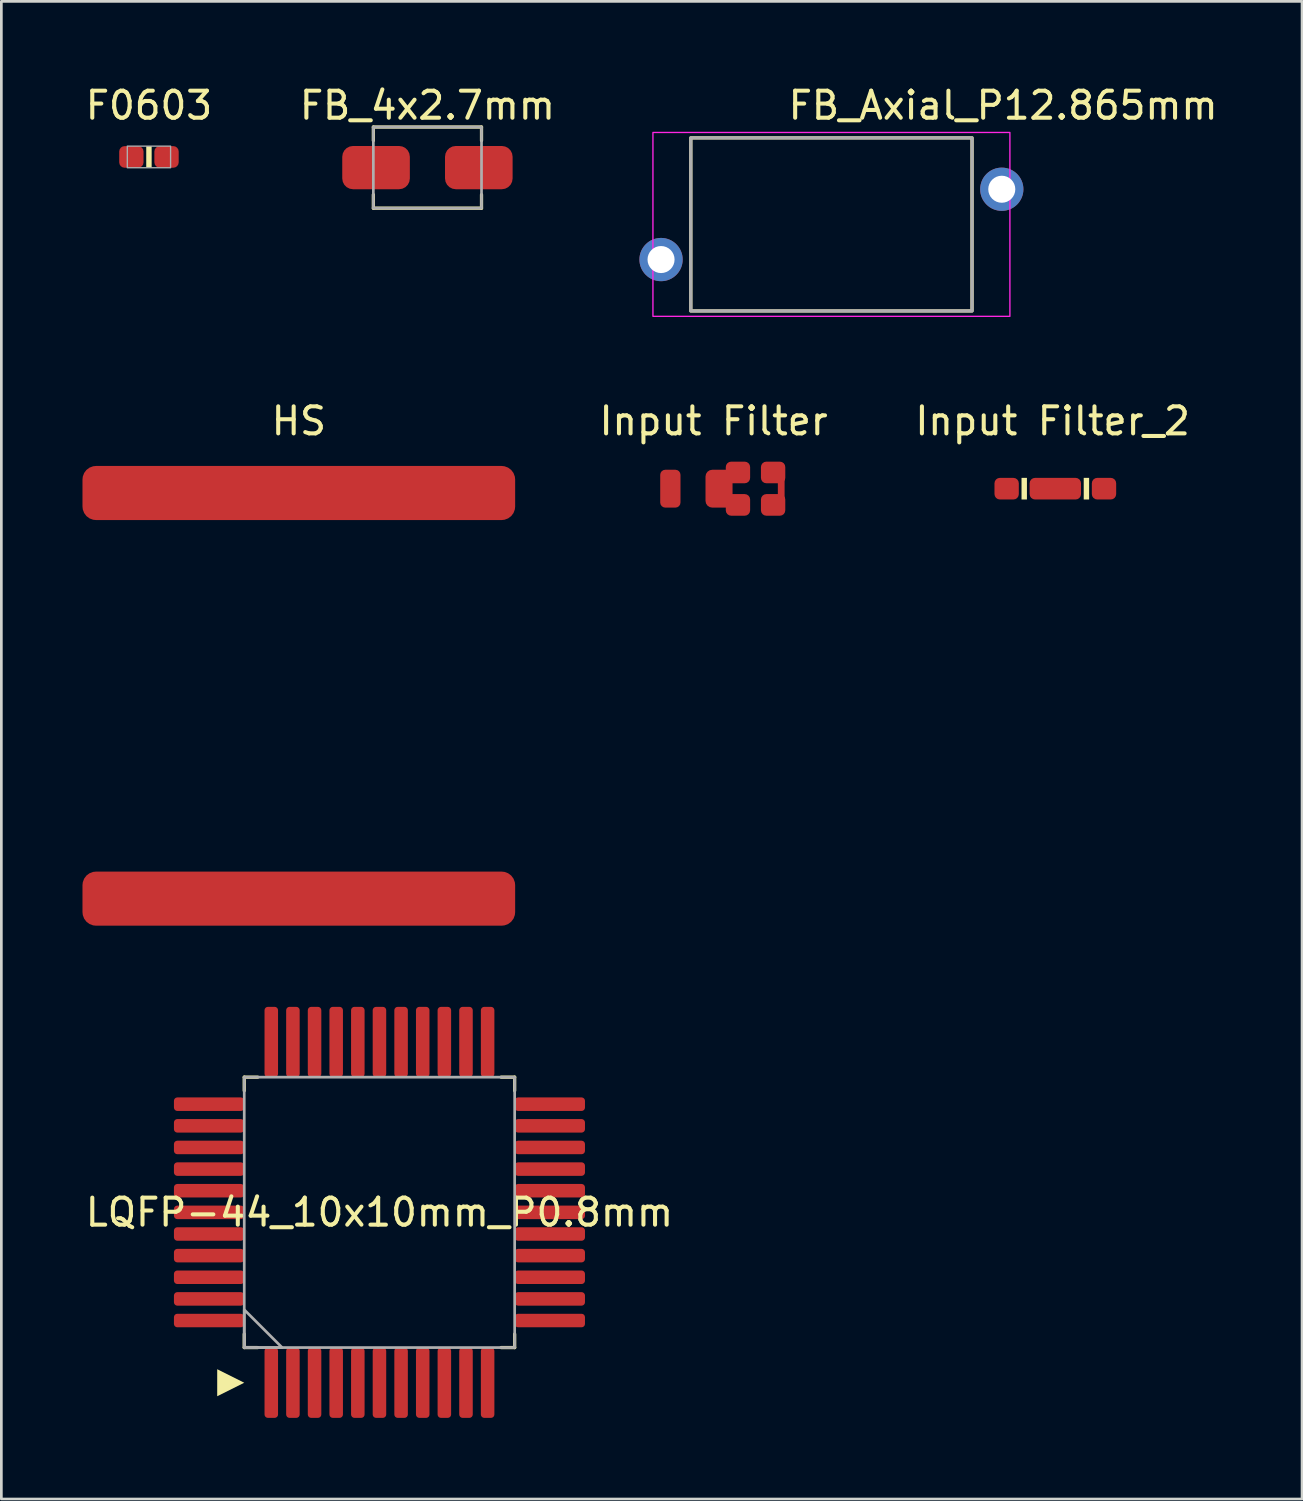
<source format=kicad_pcb>
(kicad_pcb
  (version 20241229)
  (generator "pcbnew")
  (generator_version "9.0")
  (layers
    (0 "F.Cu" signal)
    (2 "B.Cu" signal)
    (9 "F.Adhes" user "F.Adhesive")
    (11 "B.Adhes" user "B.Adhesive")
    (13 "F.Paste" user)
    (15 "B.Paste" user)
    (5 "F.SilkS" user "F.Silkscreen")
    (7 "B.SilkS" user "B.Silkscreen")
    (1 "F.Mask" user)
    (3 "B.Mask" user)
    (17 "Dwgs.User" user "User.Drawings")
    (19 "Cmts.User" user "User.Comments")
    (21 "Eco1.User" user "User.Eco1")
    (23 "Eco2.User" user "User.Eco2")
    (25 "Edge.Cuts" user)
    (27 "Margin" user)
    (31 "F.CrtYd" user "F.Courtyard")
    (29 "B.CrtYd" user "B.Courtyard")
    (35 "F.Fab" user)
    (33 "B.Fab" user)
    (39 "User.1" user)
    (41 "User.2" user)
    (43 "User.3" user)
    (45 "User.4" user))
  (footprint "FB_4x2.7mm"
    (layer "F.Cu")
    (at 12.756 3.148)
    (property "Reference" "FB_4x2.7mm" (at 0 -2.3 0) (unlocked yes) (layer "F.SilkS") (effects (font (size 1 1) (thickness 0.15))))
    (attr smd)
    (fp_line (start -2 -1.5) (end 2 -1.5) (stroke (width 0.12) (type default)) (layer "F.SilkS"))
    (fp_line (start -2 -1) (end -2 -1.5) (stroke (width 0.12) (type default)) (layer "F.SilkS"))
    (fp_line (start -2 1) (end -2 1.5) (stroke (width 0.12) (type default)) (layer "F.SilkS"))
    (fp_line (start -2 1.5) (end 2 1.5) (stroke (width 0.12) (type default)) (layer "F.SilkS"))
    (fp_line (start 2 -1.5) (end 2 -1) (stroke (width 0.12) (type default)) (layer "F.SilkS"))
    (fp_line (start 2 1.5) (end 2 1) (stroke (width 0.12) (type default)) (layer "F.SilkS"))
    (fp_rect (start -2 -1.5) (end 2 1.5) (stroke (width 0.1) (type default)) (fill no) (layer "F.Fab"))
    (pad "1" smd roundrect (at -1.9 0) (size 2.5 1.6) (layers "F.Cu" "F.Mask" "F.Paste") (roundrect_rratio 0.25))
    (pad "2" smd roundrect (at 1.9 0) (size 2.5 1.6) (layers "F.Cu" "F.Mask" "F.Paste") (roundrect_rratio 0.25)))
  (footprint "Input Filter_2"
    (layer "F.Cu")
    (at 35.975 15.021)
    (property "Reference" "Input Filter_2" (at -0.1 -2.5 0) (unlocked yes) (layer "F.SilkS") (effects (font (size 1 1) (thickness 0.15))))
    (attr smd)
    (fp_rect (start -1.25 -0.4) (end -1.05 0.4) (stroke (width 0) (type solid)) (fill yes) (layer "F.SilkS"))
    (fp_rect (start 1.05 -0.4) (end 1.25 0.4) (stroke (width 0) (type solid)) (fill yes) (layer "F.SilkS"))
    (pad "1" smd roundrect (at -1.8 0) (size 0.9 0.8) (layers "F.Cu" "F.Mask" "F.Paste") (roundrect_rratio 0.25))
    (pad "2" smd roundrect (at 1.8 0) (size 0.9 0.8) (layers "F.Cu" "F.Mask" "F.Paste") (roundrect_rratio 0.25))
    (pad "3" smd roundrect (at 0 0) (size 1.9 0.8) (layers "F.Cu" "F.Mask" "F.Paste") (roundrect_rratio 0.25)))
  (footprint "HS"
    (layer "F.Cu")
    (at 8 22.681)
    (property "Reference" "HS" (at 0 -10.16 0) (unlocked yes) (layer "F.SilkS") (effects (font (size 1 1) (thickness 0.15))))
    (attr smd)
    (pad "1" smd roundrect (at 0 -7.5) (size 16 2) (layers "F.Cu" "F.Mask" "F.Paste") (roundrect_rratio 0.25))
    (pad "1" smd roundrect (at 0 7.5) (size 16 2) (layers "F.Cu" "F.Mask" "F.Paste") (roundrect_rratio 0.25)))
  (footprint "LQFP-44_10x10mm_P0.8mm"
    (layer "F.Cu")
    (at 10.982 41.782)
    (property "Reference" "LQFP-44_10x10mm_P0.8mm" (at 0 0 0) (layer "F.SilkS") (effects (font (size 1 1) (thickness 0.15))))
    (attr smd)
    (fp_line (start -5 -5) (end -5 -4.5) (stroke (width 0.12) (type solid)) (layer "F.SilkS"))
    (fp_line (start -5 4.5) (end -5 5) (stroke (width 0.12) (type solid)) (layer "F.SilkS"))
    (fp_line (start -5 5) (end -4.5 5) (stroke (width 0.12) (type solid)) (layer "F.SilkS"))
    (fp_line (start -4.5 -5) (end -5 -5) (stroke (width 0.12) (type solid)) (layer "F.SilkS"))
    (fp_line (start 4.5 5) (end 5 5) (stroke (width 0.12) (type solid)) (layer "F.SilkS"))
    (fp_line (start 5 -5) (end 4.5 -5) (stroke (width 0.12) (type solid)) (layer "F.SilkS"))
    (fp_line (start 5 -4.5) (end 5 -5) (stroke (width 0.12) (type solid)) (layer "F.SilkS"))
    (fp_line (start 5 5) (end 5 4.5) (stroke (width 0.12) (type solid)) (layer "F.SilkS"))
    (fp_poly (pts (xy -6 6.8) (xy -6 5.8) (xy -5 6.3)) (stroke (width 0) (type solid)) (fill yes) (layer "F.SilkS"))
    (fp_rect (start -5 -5) (end 5 5) (stroke (width 0.1) (type default)) (fill no) (layer "F.Fab"))
    (fp_poly (pts (xy -5 5) (xy -5 3.6) (xy -3.6 5)) (stroke (width 0.1) (type solid)) (fill no) (layer "F.Fab"))
    (pad "1" smd roundrect (at -4 6.3) (size 0.5 2.6) (layers "F.Cu" "F.Mask" "F.Paste") (roundrect_rratio 0.25))
    (pad "2" smd roundrect (at -3.2 6.3) (size 0.5 2.6) (layers "F.Cu" "F.Mask" "F.Paste") (roundrect_rratio 0.25))
    (pad "3" smd roundrect (at -2.4 6.3) (size 0.5 2.6) (layers "F.Cu" "F.Mask" "F.Paste") (roundrect_rratio 0.25))
    (pad "4" smd roundrect (at -1.6 6.3) (size 0.5 2.6) (layers "F.Cu" "F.Mask" "F.Paste") (roundrect_rratio 0.25))
    (pad "5" smd roundrect (at -0.8 6.3) (size 0.5 2.6) (layers "F.Cu" "F.Mask" "F.Paste") (roundrect_rratio 0.25))
    (pad "6" smd roundrect (at 0 6.3) (size 0.5 2.6) (layers "F.Cu" "F.Mask" "F.Paste") (roundrect_rratio 0.25))
    (pad "7" smd roundrect (at 0.8 6.3) (size 0.5 2.6) (layers "F.Cu" "F.Mask" "F.Paste") (roundrect_rratio 0.25))
    (pad "8" smd roundrect (at 1.6 6.3) (size 0.5 2.6) (layers "F.Cu" "F.Mask" "F.Paste") (roundrect_rratio 0.25))
    (pad "9" smd roundrect (at 2.4 6.3) (size 0.5 2.6) (layers "F.Cu" "F.Mask" "F.Paste") (roundrect_rratio 0.25))
    (pad "10" smd roundrect (at 3.2 6.3) (size 0.5 2.6) (layers "F.Cu" "F.Mask" "F.Paste") (roundrect_rratio 0.25))
    (pad "11" smd roundrect (at 4 6.3) (size 0.5 2.6) (layers "F.Cu" "F.Mask" "F.Paste") (roundrect_rratio 0.25))
    (pad "12" smd roundrect (at 6.3 4 90) (size 0.5 2.6) (layers "F.Cu" "F.Mask" "F.Paste") (roundrect_rratio 0.25))
    (pad "13" smd roundrect (at 6.3 3.2 90) (size 0.5 2.6) (layers "F.Cu" "F.Mask" "F.Paste") (roundrect_rratio 0.25))
    (pad "14" smd roundrect (at 6.3 2.4 90) (size 0.5 2.6) (layers "F.Cu" "F.Mask" "F.Paste") (roundrect_rratio 0.25))
    (pad "15" smd roundrect (at 6.3 1.6 90) (size 0.5 2.6) (layers "F.Cu" "F.Mask" "F.Paste") (roundrect_rratio 0.25))
    (pad "16" smd roundrect (at 6.3 0.8 90) (size 0.5 2.6) (layers "F.Cu" "F.Mask" "F.Paste") (roundrect_rratio 0.25))
    (pad "17" smd roundrect (at 6.3 0 90) (size 0.5 2.6) (layers "F.Cu" "F.Mask" "F.Paste") (roundrect_rratio 0.25))
    (pad "18" smd roundrect (at 6.3 -0.8 90) (size 0.5 2.6) (layers "F.Cu" "F.Mask" "F.Paste") (roundrect_rratio 0.25))
    (pad "19" smd roundrect (at 6.3 -1.6 90) (size 0.5 2.6) (layers "F.Cu" "F.Mask" "F.Paste") (roundrect_rratio 0.25))
    (pad "20" smd roundrect (at 6.3 -2.4 90) (size 0.5 2.6) (layers "F.Cu" "F.Mask" "F.Paste") (roundrect_rratio 0.25))
    (pad "21" smd roundrect (at 6.3 -3.2 90) (size 0.5 2.6) (layers "F.Cu" "F.Mask" "F.Paste") (roundrect_rratio 0.25))
    (pad "22" smd roundrect (at 6.3 -4 90) (size 0.5 2.6) (layers "F.Cu" "F.Mask" "F.Paste") (roundrect_rratio 0.25))
    (pad "23" smd roundrect (at 4 -6.3) (size 0.5 2.6) (layers "F.Cu" "F.Mask" "F.Paste") (roundrect_rratio 0.25))
    (pad "24" smd roundrect (at 3.2 -6.3) (size 0.5 2.6) (layers "F.Cu" "F.Mask" "F.Paste") (roundrect_rratio 0.25))
    (pad "25" smd roundrect (at 2.4 -6.3) (size 0.5 2.6) (layers "F.Cu" "F.Mask" "F.Paste") (roundrect_rratio 0.25))
    (pad "26" smd roundrect (at 1.6 -6.3) (size 0.5 2.6) (layers "F.Cu" "F.Mask" "F.Paste") (roundrect_rratio 0.25))
    (pad "27" smd roundrect (at 0.8 -6.3) (size 0.5 2.6) (layers "F.Cu" "F.Mask" "F.Paste") (roundrect_rratio 0.25))
    (pad "28" smd roundrect (at 0 -6.3) (size 0.5 2.6) (layers "F.Cu" "F.Mask" "F.Paste") (roundrect_rratio 0.25))
    (pad "29" smd roundrect (at -0.8 -6.3) (size 0.5 2.6) (layers "F.Cu" "F.Mask" "F.Paste") (roundrect_rratio 0.25))
    (pad "30" smd roundrect (at -1.6 -6.3) (size 0.5 2.6) (layers "F.Cu" "F.Mask" "F.Paste") (roundrect_rratio 0.25))
    (pad "31" smd roundrect (at -2.4 -6.3) (size 0.5 2.6) (layers "F.Cu" "F.Mask" "F.Paste") (roundrect_rratio 0.25))
    (pad "32" smd roundrect (at -3.2 -6.3) (size 0.5 2.6) (layers "F.Cu" "F.Mask" "F.Paste") (roundrect_rratio 0.25))
    (pad "33" smd roundrect (at -4 -6.3) (size 0.5 2.6) (layers "F.Cu" "F.Mask" "F.Paste") (roundrect_rratio 0.25))
    (pad "34" smd roundrect (at -6.3 -4 90) (size 0.5 2.6) (layers "F.Cu" "F.Mask" "F.Paste") (roundrect_rratio 0.25))
    (pad "35" smd roundrect (at -6.3 -3.2 90) (size 0.5 2.6) (layers "F.Cu" "F.Mask" "F.Paste") (roundrect_rratio 0.25))
    (pad "36" smd roundrect (at -6.3 -2.4 90) (size 0.5 2.6) (layers "F.Cu" "F.Mask" "F.Paste") (roundrect_rratio 0.25))
    (pad "37" smd roundrect (at -6.3 -1.6 90) (size 0.5 2.6) (layers "F.Cu" "F.Mask" "F.Paste") (roundrect_rratio 0.25))
    (pad "38" smd roundrect (at -6.3 -0.8 90) (size 0.5 2.6) (layers "F.Cu" "F.Mask" "F.Paste") (roundrect_rratio 0.25))
    (pad "39" smd roundrect (at -6.3 0 90) (size 0.5 2.6) (layers "F.Cu" "F.Mask" "F.Paste") (roundrect_rratio 0.25))
    (pad "40" smd roundrect (at -6.3 0.8 90) (size 0.5 2.6) (layers "F.Cu" "F.Mask" "F.Paste") (roundrect_rratio 0.25))
    (pad "41" smd roundrect (at -6.3 1.6 90) (size 0.5 2.6) (layers "F.Cu" "F.Mask" "F.Paste") (roundrect_rratio 0.25))
    (pad "42" smd roundrect (at -6.3 2.4 90) (size 0.5 2.6) (layers "F.Cu" "F.Mask" "F.Paste") (roundrect_rratio 0.25))
    (pad "43" smd roundrect (at -6.3 3.2 90) (size 0.5 2.6) (layers "F.Cu" "F.Mask" "F.Paste") (roundrect_rratio 0.25))
    (pad "44" smd roundrect (at -6.3 4 90) (size 0.5 2.6) (layers "F.Cu" "F.Mask" "F.Paste") (roundrect_rratio 0.25)))
  (footprint "F0603"
    (layer "F.Cu")
    (at 2.458 2.753)
    (property "Reference" "F0603" (at 0 -1.905 0) (unlocked yes) (layer "F.SilkS") (effects (font (size 1 1) (thickness 0.15))))
    (attr smd)
    (fp_rect (start -0.1 -0.4) (end 0.1 0.4) (stroke (width 0) (type solid)) (fill yes) (layer "F.SilkS"))
    (fp_rect (start -0.8 -0.4) (end 0.8 0.4) (stroke (width 0.05) (type default)) (fill no) (layer "F.Fab"))
    (pad "1" smd roundrect (at -0.65 0) (size 0.9 0.8) (layers "F.Cu" "F.Mask" "F.Paste") (roundrect_rratio 0.25))
    (pad "2" smd roundrect (at 0.65 0) (size 0.9 0.8) (layers "F.Cu" "F.Mask" "F.Paste") (roundrect_rratio 0.25)))
  (footprint "FB_Axial_P12.865mm"
    (layer "F.Cu")
    (at 27.695 5.248)
    (property "Reference" "FB_Axial_P12.865mm" (at 6.35 -4.4 0) (layer "F.SilkS") (effects (font (size 1 1) (thickness 0.15))))
    (attr through_hole)
    (fp_rect (start -5.2 -3.2) (end 5.2 3.2) (stroke (width 0.12) (type default)) (fill no) (layer "F.SilkS"))
    (fp_rect (start -6.6 -3.4) (end 6.6 3.4) (stroke (width 0.05) (type default)) (fill no) (layer "F.CrtYd"))
    (fp_rect (start -5.2 -3.2) (end 5.2 3.2) (stroke (width 0.12) (type default)) (fill no) (layer "F.Fab"))
    (pad "1" thru_hole circle (at -6.3 1.3) (size 1.6 1.6) (drill 1) (layers "*.Cu" "*.Mask"))
    (pad "2" thru_hole circle (at 6.3 -1.3) (size 1.6 1.6) (drill 1) (layers "*.Cu" "*.Mask")))
  (footprint "Input Filter"
    (layer "F.Cu")
    (at 23.439 15.021)
    (property "Reference" "Input Filter" (at -0.1 -2.5 0) (unlocked yes) (layer "F.SilkS") (effects (font (size 1 1) (thickness 0.15))))
    (attr smd)
    (pad "1" smd roundrect (at -1.7 0) (size 0.75 1.4) (layers "F.Cu" "F.Mask" "F.Paste") (roundrect_rratio 0.25))
    (pad "2" smd roundrect (at 0.1 0) (size 1 1.4) (layers "F.Cu" "F.Mask" "F.Paste") (roundrect_rratio 0.25))
    (pad "2" smd roundrect (at 0.8 -0.6) (size 0.9 0.8) (layers "F.Cu" "F.Mask" "F.Paste") (roundrect_rratio 0.25))
    (pad "2" smd roundrect (at 0.8 0.6) (size 0.9 0.8) (layers "F.Cu" "F.Mask" "F.Paste") (roundrect_rratio 0.25))
    (pad "3" smd roundrect (at 2.1 -0.6) (size 0.9 0.8) (layers "F.Cu" "F.Mask" "F.Paste") (roundrect_rratio 0.25))
    (pad "3" smd roundrect (at 2.1 0.6) (size 0.9 0.8) (layers "F.Cu" "F.Mask" "F.Paste") (roundrect_rratio 0.25))
    (pad "3" smd roundrect (at 2.4 0) (size 0.25 1) (layers "F.Cu") (roundrect_rratio 0.25)))
  (gr_rect
    (start -3 -3)
    (end 45.099 52.382)
    (stroke (width 0.1) (type default))
    (fill no)
    (layer "Edge.Cuts")))
</source>
